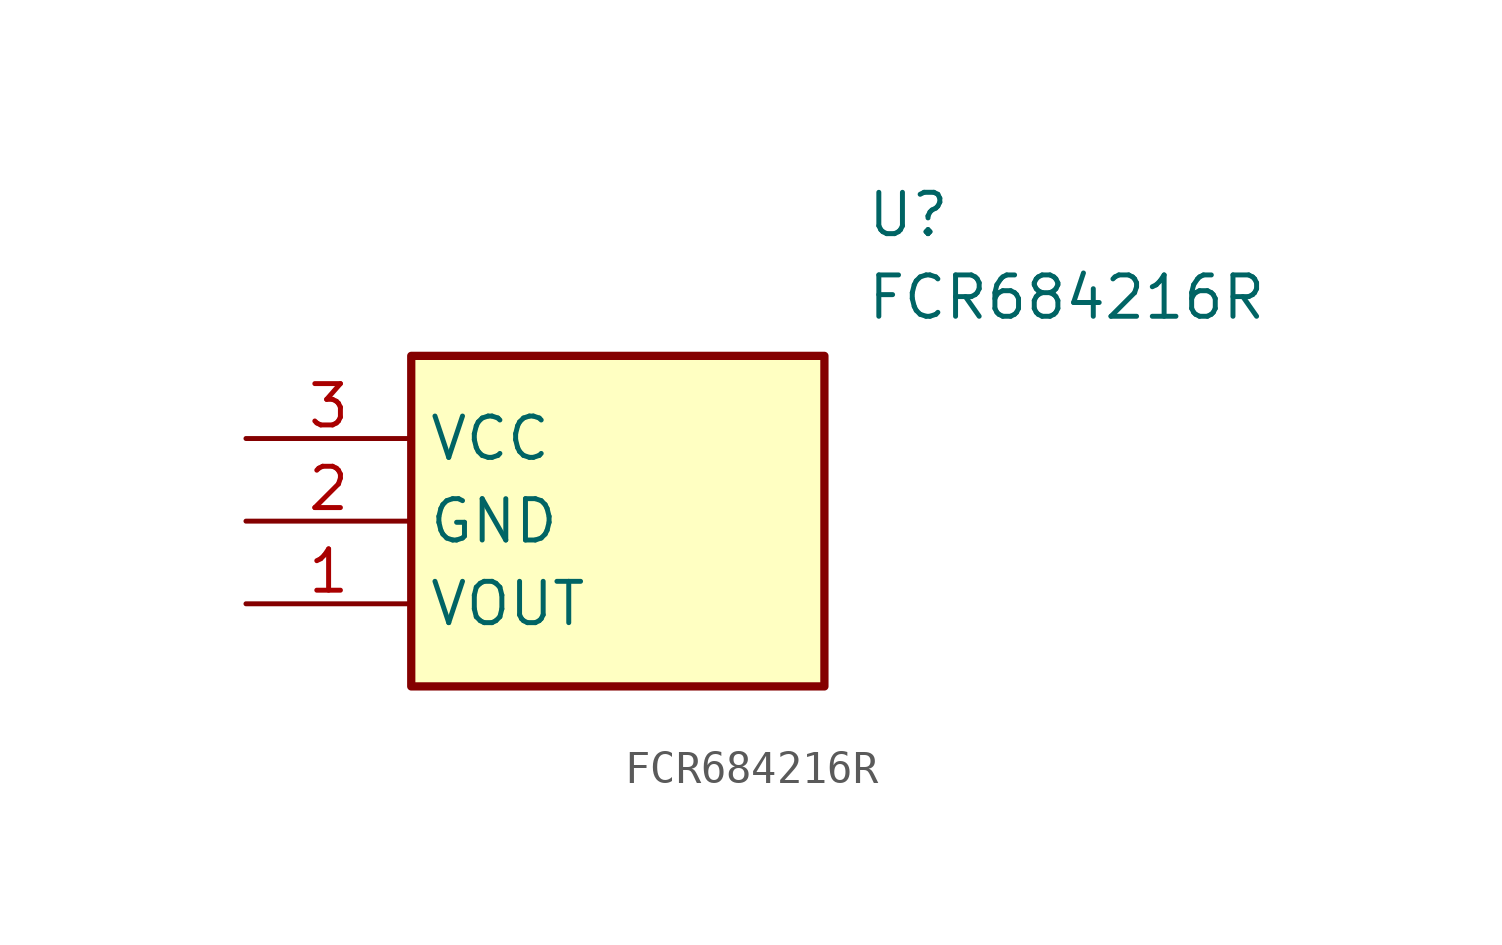
<source format=kicad_sym>
(kicad_symbol_lib
  (version 20211014)
  (generator SamacSys_ECAD_Model)
  (symbol "FCR684216R"
    (property "Reference" "U"
      (at 19.05 7.62 0)
      (effects (font (size 1.27 1.27)) (justify left top)))
    (property "Value" "FCR684216R"
      (at 19.05 5.08 0)
      (effects (font (size 1.27 1.27)) (justify left top)))
    (rectangle
      (start 5.08 2.54)
      (end 17.78 -7.62)
      (stroke (width 0.254) (type default))
      (fill (type background)))
    (pin passive line
      (at 0 -5.08 0)
      (length 5.08)
      (name "VOUT" (effects (font (size 1.27 1.27))))
      (number "1" (effects (font (size 1.27 1.27)))))
    (pin passive line
      (at 0 -2.54 0)
      (length 5.08)
      (name "GND" (effects (font (size 1.27 1.27))))
      (number "2" (effects (font (size 1.27 1.27)))))
    (pin passive line
      (at 0 0 0)
      (length 5.08)
      (name "VCC" (effects (font (size 1.27 1.27))))
      (number "3" (effects (font (size 1.27 1.27)))))))
</source>
